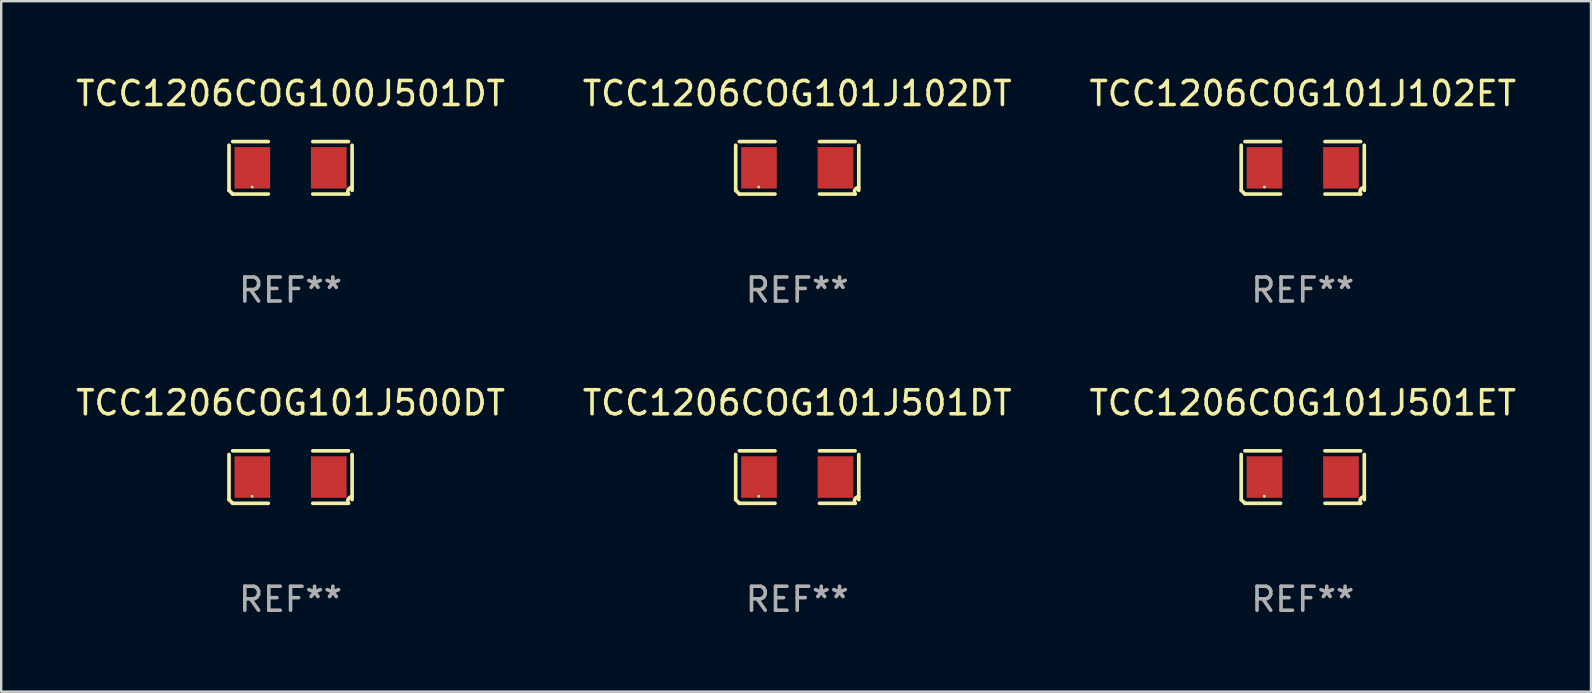
<source format=kicad_pcb>
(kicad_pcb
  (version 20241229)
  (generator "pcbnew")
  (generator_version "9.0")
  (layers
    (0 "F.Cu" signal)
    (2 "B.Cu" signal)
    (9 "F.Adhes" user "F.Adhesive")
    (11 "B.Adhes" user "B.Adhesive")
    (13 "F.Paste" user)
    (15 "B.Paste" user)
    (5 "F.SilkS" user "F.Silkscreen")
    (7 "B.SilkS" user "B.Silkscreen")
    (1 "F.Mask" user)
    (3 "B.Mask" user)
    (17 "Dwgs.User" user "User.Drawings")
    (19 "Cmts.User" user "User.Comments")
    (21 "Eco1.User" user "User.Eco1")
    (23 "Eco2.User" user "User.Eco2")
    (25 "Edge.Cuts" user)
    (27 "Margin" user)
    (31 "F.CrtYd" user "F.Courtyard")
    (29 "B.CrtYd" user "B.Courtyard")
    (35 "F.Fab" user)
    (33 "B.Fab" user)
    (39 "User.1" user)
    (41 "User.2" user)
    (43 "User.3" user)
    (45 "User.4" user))
  (footprint "TCC1206COG101J102ET"
    (layer "F.Cu")
    (at 51.22 3.941)
    (property "Reference" "TCC1206COG101J102ET" (at 0 -3.093 0) (layer "F.SilkS") (effects (font (size 1 1) (thickness 0.15))))
    (attr through_hole)
    (fp_line (start -2.564 0.94) (end -2.564 -0.94) (stroke (width 0.152) (type solid)) (layer "F.SilkS"))
    (fp_line (start -2.411 -1.093) (end -0.926 -1.093) (stroke (width 0.152) (type solid)) (layer "F.SilkS"))
    (fp_line (start -0.926 1.093) (end -2.411 1.093) (stroke (width 0.152) (type solid)) (layer "F.SilkS"))
    (fp_line (start 0.926 1.093) (end 2.411 1.093) (stroke (width 0.152) (type solid)) (layer "F.SilkS"))
    (fp_line (start 2.411 -1.093) (end 0.926 -1.093) (stroke (width 0.152) (type solid)) (layer "F.SilkS"))
    (fp_line (start 2.564 0.94) (end 2.564 -0.94) (stroke (width 0.152) (type solid)) (layer "F.SilkS"))
    (fp_arc (start -2.411201 1.092609) (mid -2.487413 1.01642) (end -2.563602 0.940208) (stroke (width 0.1524) (type solid)) (layer "F.SilkS"))
    (fp_arc (start 2.411201 1.092609) (mid 2.407159 0.911226) (end 2.563602 0.819347) (stroke (width 0.1524) (type solid)) (layer "F.SilkS"))
    (fp_circle (center -1.6 0.8) (end -1.57 0.8) (stroke (width 0.06) (type solid)) (fill no) (layer "F.SilkS"))
    (fp_text user "REF**" (at 0 5.093 0) (layer "F.Fab") (effects (font (size 1 1) (thickness 0.15))))
    (pad "1" smd rect (at -1.593 0) (size 1.485 1.728) (layers "F.Cu" "F.Mask" "F.Paste"))
    (pad "2" smd rect (at 1.593 0) (size 1.485 1.728) (layers "F.Cu" "F.Mask" "F.Paste")))
  (footprint "TCC1206COG100J501DT"
    (layer "F.Cu")
    (at 9.054 3.941)
    (property "Reference" "TCC1206COG100J501DT" (at 0 -3.093 0) (layer "F.SilkS") (effects (font (size 1 1) (thickness 0.15))))
    (attr through_hole)
    (fp_line (start -2.564 0.94) (end -2.564 -0.94) (stroke (width 0.152) (type solid)) (layer "F.SilkS"))
    (fp_line (start -2.411 -1.093) (end -0.926 -1.093) (stroke (width 0.152) (type solid)) (layer "F.SilkS"))
    (fp_line (start -0.926 1.093) (end -2.411 1.093) (stroke (width 0.152) (type solid)) (layer "F.SilkS"))
    (fp_line (start 0.926 1.093) (end 2.411 1.093) (stroke (width 0.152) (type solid)) (layer "F.SilkS"))
    (fp_line (start 2.411 -1.093) (end 0.926 -1.093) (stroke (width 0.152) (type solid)) (layer "F.SilkS"))
    (fp_line (start 2.564 0.94) (end 2.564 -0.94) (stroke (width 0.152) (type solid)) (layer "F.SilkS"))
    (fp_arc (start -2.411201 1.092609) (mid -2.487413 1.01642) (end -2.563602 0.940208) (stroke (width 0.1524) (type solid)) (layer "F.SilkS"))
    (fp_arc (start 2.411201 1.092609) (mid 2.407159 0.911226) (end 2.563602 0.819347) (stroke (width 0.1524) (type solid)) (layer "F.SilkS"))
    (fp_circle (center -1.6 0.8) (end -1.57 0.8) (stroke (width 0.06) (type solid)) (fill no) (layer "F.SilkS"))
    (fp_text user "REF**" (at 0 5.093 0) (layer "F.Fab") (effects (font (size 1 1) (thickness 0.15))))
    (pad "1" smd rect (at -1.593 0) (size 1.485 1.728) (layers "F.Cu" "F.Mask" "F.Paste"))
    (pad "2" smd rect (at 1.593 0) (size 1.485 1.728) (layers "F.Cu" "F.Mask" "F.Paste")))
  (footprint "TCC1206COG101J501DT"
    (layer "F.Cu")
    (at 30.161 16.823)
    (property "Reference" "TCC1206COG101J501DT" (at 0 -3.093 0) (layer "F.SilkS") (effects (font (size 1 1) (thickness 0.15))))
    (attr through_hole)
    (fp_line (start -2.564 0.94) (end -2.564 -0.94) (stroke (width 0.152) (type solid)) (layer "F.SilkS"))
    (fp_line (start -2.411 -1.093) (end -0.926 -1.093) (stroke (width 0.152) (type solid)) (layer "F.SilkS"))
    (fp_line (start -0.926 1.093) (end -2.411 1.093) (stroke (width 0.152) (type solid)) (layer "F.SilkS"))
    (fp_line (start 0.926 1.093) (end 2.411 1.093) (stroke (width 0.152) (type solid)) (layer "F.SilkS"))
    (fp_line (start 2.411 -1.093) (end 0.926 -1.093) (stroke (width 0.152) (type solid)) (layer "F.SilkS"))
    (fp_line (start 2.564 0.94) (end 2.564 -0.94) (stroke (width 0.152) (type solid)) (layer "F.SilkS"))
    (fp_arc (start -2.411201 1.092609) (mid -2.487413 1.01642) (end -2.563602 0.940208) (stroke (width 0.1524) (type solid)) (layer "F.SilkS"))
    (fp_arc (start 2.411201 1.092609) (mid 2.407159 0.911226) (end 2.563602 0.819347) (stroke (width 0.1524) (type solid)) (layer "F.SilkS"))
    (fp_circle (center -1.6 0.8) (end -1.57 0.8) (stroke (width 0.06) (type solid)) (fill no) (layer "F.SilkS"))
    (fp_text user "REF**" (at 0 5.093 0) (layer "F.Fab") (effects (font (size 1 1) (thickness 0.15))))
    (pad "1" smd rect (at -1.593 0) (size 1.485 1.728) (layers "F.Cu" "F.Mask" "F.Paste"))
    (pad "2" smd rect (at 1.593 0) (size 1.485 1.728) (layers "F.Cu" "F.Mask" "F.Paste")))
  (footprint "TCC1206COG101J501ET"
    (layer "F.Cu")
    (at 51.22 16.823)
    (property "Reference" "TCC1206COG101J501ET" (at 0 -3.093 0) (layer "F.SilkS") (effects (font (size 1 1) (thickness 0.15))))
    (attr through_hole)
    (fp_line (start -2.564 0.94) (end -2.564 -0.94) (stroke (width 0.152) (type solid)) (layer "F.SilkS"))
    (fp_line (start -2.411 -1.093) (end -0.926 -1.093) (stroke (width 0.152) (type solid)) (layer "F.SilkS"))
    (fp_line (start -0.926 1.093) (end -2.411 1.093) (stroke (width 0.152) (type solid)) (layer "F.SilkS"))
    (fp_line (start 0.926 1.093) (end 2.411 1.093) (stroke (width 0.152) (type solid)) (layer "F.SilkS"))
    (fp_line (start 2.411 -1.093) (end 0.926 -1.093) (stroke (width 0.152) (type solid)) (layer "F.SilkS"))
    (fp_line (start 2.564 0.94) (end 2.564 -0.94) (stroke (width 0.152) (type solid)) (layer "F.SilkS"))
    (fp_arc (start -2.411201 1.092609) (mid -2.487413 1.01642) (end -2.563602 0.940208) (stroke (width 0.1524) (type solid)) (layer "F.SilkS"))
    (fp_arc (start 2.411201 1.092609) (mid 2.407159 0.911226) (end 2.563602 0.819347) (stroke (width 0.1524) (type solid)) (layer "F.SilkS"))
    (fp_circle (center -1.6 0.8) (end -1.57 0.8) (stroke (width 0.06) (type solid)) (fill no) (layer "F.SilkS"))
    (fp_text user "REF**" (at 0 5.093 0) (layer "F.Fab") (effects (font (size 1 1) (thickness 0.15))))
    (pad "1" smd rect (at -1.593 0) (size 1.485 1.728) (layers "F.Cu" "F.Mask" "F.Paste"))
    (pad "2" smd rect (at 1.593 0) (size 1.485 1.728) (layers "F.Cu" "F.Mask" "F.Paste")))
  (footprint "TCC1206COG101J102DT"
    (layer "F.Cu")
    (at 30.161 3.941)
    (property "Reference" "TCC1206COG101J102DT" (at 0 -3.093 0) (layer "F.SilkS") (effects (font (size 1 1) (thickness 0.15))))
    (attr through_hole)
    (fp_line (start -2.564 0.94) (end -2.564 -0.94) (stroke (width 0.152) (type solid)) (layer "F.SilkS"))
    (fp_line (start -2.411 -1.093) (end -0.926 -1.093) (stroke (width 0.152) (type solid)) (layer "F.SilkS"))
    (fp_line (start -0.926 1.093) (end -2.411 1.093) (stroke (width 0.152) (type solid)) (layer "F.SilkS"))
    (fp_line (start 0.926 1.093) (end 2.411 1.093) (stroke (width 0.152) (type solid)) (layer "F.SilkS"))
    (fp_line (start 2.411 -1.093) (end 0.926 -1.093) (stroke (width 0.152) (type solid)) (layer "F.SilkS"))
    (fp_line (start 2.564 0.94) (end 2.564 -0.94) (stroke (width 0.152) (type solid)) (layer "F.SilkS"))
    (fp_arc (start -2.411201 1.092609) (mid -2.487413 1.01642) (end -2.563602 0.940208) (stroke (width 0.1524) (type solid)) (layer "F.SilkS"))
    (fp_arc (start 2.411201 1.092609) (mid 2.407159 0.911226) (end 2.563602 0.819347) (stroke (width 0.1524) (type solid)) (layer "F.SilkS"))
    (fp_circle (center -1.6 0.8) (end -1.57 0.8) (stroke (width 0.06) (type solid)) (fill no) (layer "F.SilkS"))
    (fp_text user "REF**" (at 0 5.093 0) (layer "F.Fab") (effects (font (size 1 1) (thickness 0.15))))
    (pad "1" smd rect (at -1.593 0) (size 1.485 1.728) (layers "F.Cu" "F.Mask" "F.Paste"))
    (pad "2" smd rect (at 1.593 0) (size 1.485 1.728) (layers "F.Cu" "F.Mask" "F.Paste")))
  (footprint "TCC1206COG101J500DT"
    (layer "F.Cu")
    (at 9.054 16.823)
    (property "Reference" "TCC1206COG101J500DT" (at 0 -3.093 0) (layer "F.SilkS") (effects (font (size 1 1) (thickness 0.15))))
    (attr through_hole)
    (fp_line (start -2.564 0.94) (end -2.564 -0.94) (stroke (width 0.152) (type solid)) (layer "F.SilkS"))
    (fp_line (start -2.411 -1.093) (end -0.926 -1.093) (stroke (width 0.152) (type solid)) (layer "F.SilkS"))
    (fp_line (start -0.926 1.093) (end -2.411 1.093) (stroke (width 0.152) (type solid)) (layer "F.SilkS"))
    (fp_line (start 0.926 1.093) (end 2.411 1.093) (stroke (width 0.152) (type solid)) (layer "F.SilkS"))
    (fp_line (start 2.411 -1.093) (end 0.926 -1.093) (stroke (width 0.152) (type solid)) (layer "F.SilkS"))
    (fp_line (start 2.564 0.94) (end 2.564 -0.94) (stroke (width 0.152) (type solid)) (layer "F.SilkS"))
    (fp_arc (start -2.411201 1.092609) (mid -2.487413 1.01642) (end -2.563602 0.940208) (stroke (width 0.1524) (type solid)) (layer "F.SilkS"))
    (fp_arc (start 2.411201 1.092609) (mid 2.407159 0.911226) (end 2.563602 0.819347) (stroke (width 0.1524) (type solid)) (layer "F.SilkS"))
    (fp_circle (center -1.6 0.8) (end -1.57 0.8) (stroke (width 0.06) (type solid)) (fill no) (layer "F.SilkS"))
    (fp_text user "REF**" (at 0 5.093 0) (layer "F.Fab") (effects (font (size 1 1) (thickness 0.15))))
    (pad "1" smd rect (at -1.593 0) (size 1.485 1.728) (layers "F.Cu" "F.Mask" "F.Paste"))
    (pad "2" smd rect (at 1.593 0) (size 1.485 1.728) (layers "F.Cu" "F.Mask" "F.Paste")))
  (gr_rect
    (start -3 -3)
    (end 63.226 25.763)
    (stroke (width 0.1) (type default))
    (fill no)
    (layer "Edge.Cuts")))
</source>
